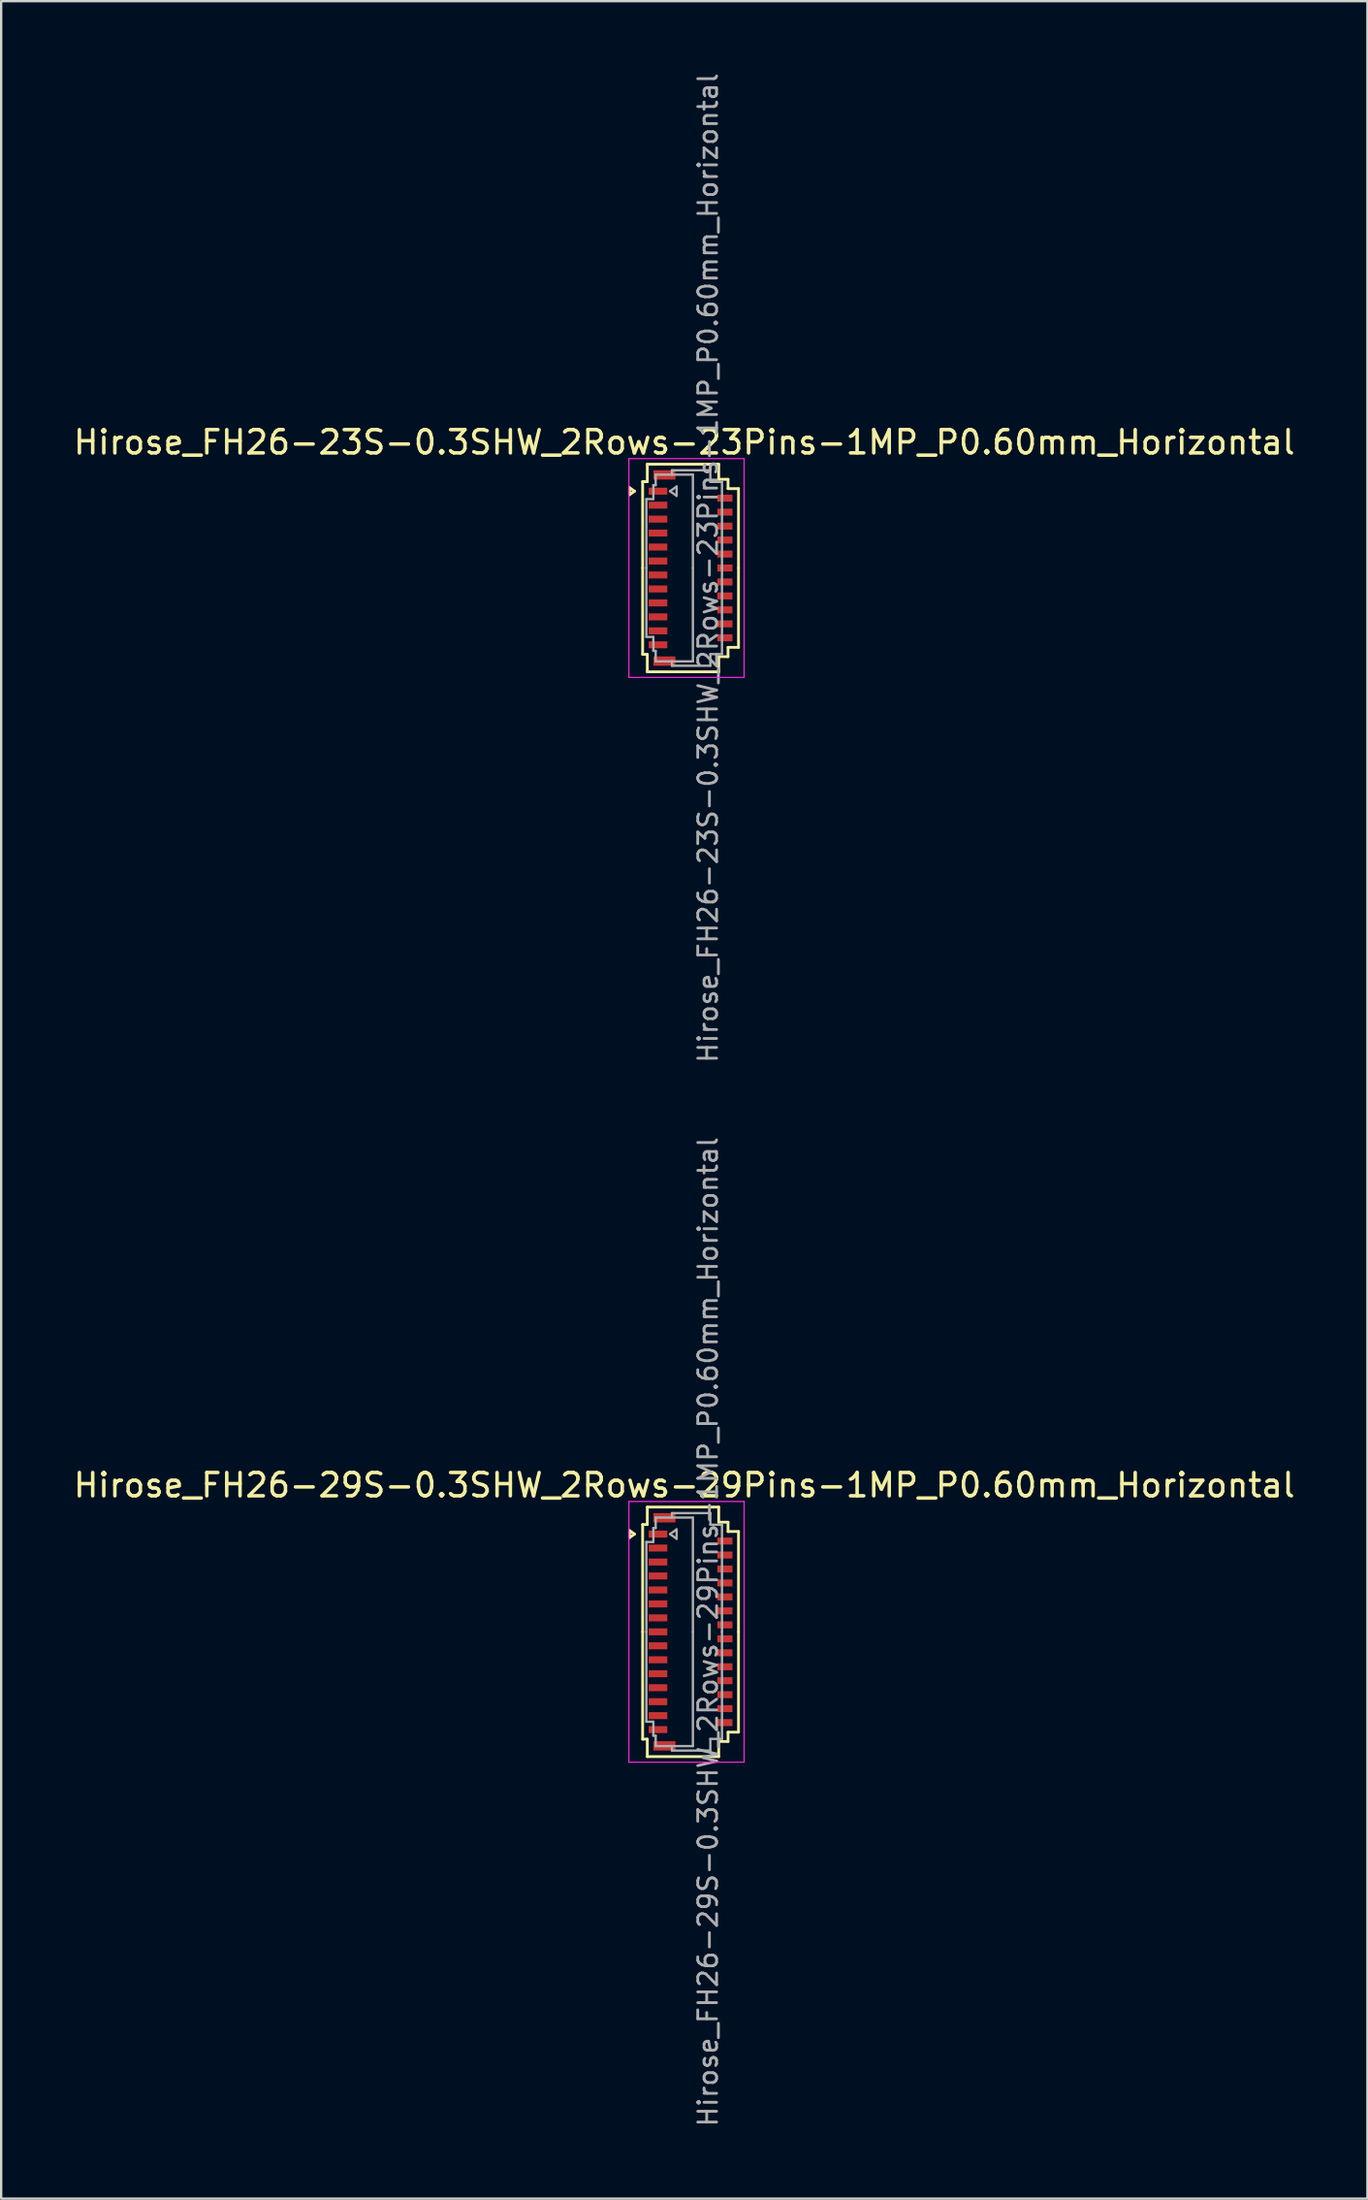
<source format=kicad_pcb>
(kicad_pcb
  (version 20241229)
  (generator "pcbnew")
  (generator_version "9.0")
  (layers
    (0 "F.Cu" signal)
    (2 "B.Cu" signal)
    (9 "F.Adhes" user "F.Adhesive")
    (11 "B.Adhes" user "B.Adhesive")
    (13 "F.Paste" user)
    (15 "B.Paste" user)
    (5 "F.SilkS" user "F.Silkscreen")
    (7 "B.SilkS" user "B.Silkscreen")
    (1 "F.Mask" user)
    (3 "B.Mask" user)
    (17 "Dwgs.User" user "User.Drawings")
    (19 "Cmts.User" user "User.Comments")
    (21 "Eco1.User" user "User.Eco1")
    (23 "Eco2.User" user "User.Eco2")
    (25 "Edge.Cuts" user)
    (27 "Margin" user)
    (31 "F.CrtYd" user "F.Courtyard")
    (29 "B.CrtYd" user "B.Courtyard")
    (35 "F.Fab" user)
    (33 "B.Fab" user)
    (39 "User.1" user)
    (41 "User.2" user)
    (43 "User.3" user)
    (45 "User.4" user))
  (footprint "Hirose_FH26-23S-0.3SHW_2Rows-23Pins-1MP_P0.60mm_Horizontal"
    (layer "F.Cu")
    (at 26.633 21.352)
    (property "Reference" "Hirose_FH26-23S-0.3SHW_2Rows-23Pins-1MP_P0.60mm_Horizontal" (at -0.27 -5.4 0) (layer "F.SilkS") (effects (font (size 1 1) (thickness 0.15))))
    (attr smd)
    (fp_line (start -2.622 -3.45) (end -2.41 -3.3) (stroke (width 0.12) (type solid)) (layer "F.SilkS"))
    (fp_line (start -2.622 -3.15) (end -2.622 -3.45) (stroke (width 0.12) (type solid)) (layer "F.SilkS"))
    (fp_line (start -2.41 -3.3) (end -2.622 -3.15) (stroke (width 0.12) (type solid)) (layer "F.SilkS"))
    (fp_line (start -2.06 -3.71) (end -2.06 0) (stroke (width 0.12) (type solid)) (layer "F.SilkS"))
    (fp_line (start -2.06 3.71) (end -2.06 0) (stroke (width 0.12) (type solid)) (layer "F.SilkS"))
    (fp_line (start -1.86 -4.46) (end -1.86 -3.71) (stroke (width 0.12) (type solid)) (layer "F.SilkS"))
    (fp_line (start -1.86 -3.71) (end -2.06 -3.71) (stroke (width 0.12) (type solid)) (layer "F.SilkS"))
    (fp_line (start -1.86 3.71) (end -2.06 3.71) (stroke (width 0.12) (type solid)) (layer "F.SilkS"))
    (fp_line (start -1.86 4.46) (end -1.86 3.71) (stroke (width 0.12) (type solid)) (layer "F.SilkS"))
    (fp_line (start 1.21 -4.46) (end -1.86 -4.46) (stroke (width 0.12) (type solid)) (layer "F.SilkS"))
    (fp_line (start 1.21 -3.81) (end 1.21 -4.46) (stroke (width 0.12) (type solid)) (layer "F.SilkS"))
    (fp_line (start 1.21 3.81) (end 1.21 4.46) (stroke (width 0.12) (type solid)) (layer "F.SilkS"))
    (fp_line (start 1.21 4.46) (end -1.86 4.46) (stroke (width 0.12) (type solid)) (layer "F.SilkS"))
    (fp_line (start 1.61 -3.81) (end 1.21 -3.81) (stroke (width 0.12) (type solid)) (layer "F.SilkS"))
    (fp_line (start 1.61 -3.41) (end 1.61 -3.81) (stroke (width 0.12) (type solid)) (layer "F.SilkS"))
    (fp_line (start 1.61 3.41) (end 1.61 3.81) (stroke (width 0.12) (type solid)) (layer "F.SilkS"))
    (fp_line (start 1.61 3.81) (end 1.21 3.81) (stroke (width 0.12) (type solid)) (layer "F.SilkS"))
    (fp_line (start 2.06 -3.41) (end 1.61 -3.41) (stroke (width 0.12) (type solid)) (layer "F.SilkS"))
    (fp_line (start 2.06 0) (end 2.06 -3.41) (stroke (width 0.12) (type solid)) (layer "F.SilkS"))
    (fp_line (start 2.06 0) (end 2.06 3.41) (stroke (width 0.12) (type solid)) (layer "F.SilkS"))
    (fp_line (start 2.06 3.41) (end 1.61 3.41) (stroke (width 0.12) (type solid)) (layer "F.SilkS"))
    (fp_line (start -2.65 -4.7) (end -2.65 4.7) (stroke (width 0.05) (type solid)) (layer "F.CrtYd"))
    (fp_line (start -2.65 4.7) (end 2.3 4.7) (stroke (width 0.05) (type solid)) (layer "F.CrtYd"))
    (fp_line (start 2.3 -4.7) (end -2.65 -4.7) (stroke (width 0.05) (type solid)) (layer "F.CrtYd"))
    (fp_line (start 2.3 4.7) (end 2.3 -4.7) (stroke (width 0.05) (type solid)) (layer "F.CrtYd"))
    (fp_line (start -1.9 -2.96) (end -1.6 -2.96) (stroke (width 0.1) (type solid)) (layer "F.Fab"))
    (fp_line (start -1.9 0) (end -1.9 -2.96) (stroke (width 0.1) (type solid)) (layer "F.Fab"))
    (fp_line (start -1.9 0) (end -1.9 2.96) (stroke (width 0.1) (type solid)) (layer "F.Fab"))
    (fp_line (start -1.9 2.96) (end -1.6 2.96) (stroke (width 0.1) (type solid)) (layer "F.Fab"))
    (fp_line (start -1.6 -3.56) (end -1.5 -3.56) (stroke (width 0.1) (type solid)) (layer "F.Fab"))
    (fp_line (start -1.6 -2.96) (end -1.6 -3.56) (stroke (width 0.1) (type solid)) (layer "F.Fab"))
    (fp_line (start -1.6 2.96) (end -1.6 3.56) (stroke (width 0.1) (type solid)) (layer "F.Fab"))
    (fp_line (start -1.6 3.56) (end -1.5 3.56) (stroke (width 0.1) (type solid)) (layer "F.Fab"))
    (fp_line (start -1.5 -4.01) (end -0.8 -4.01) (stroke (width 0.1) (type solid)) (layer "F.Fab"))
    (fp_line (start -1.5 -3.56) (end -1.5 -4.01) (stroke (width 0.1) (type solid)) (layer "F.Fab"))
    (fp_line (start -1.5 3.56) (end -1.5 4.01) (stroke (width 0.1) (type solid)) (layer "F.Fab"))
    (fp_line (start -1.5 4.01) (end -0.8 4.01) (stroke (width 0.1) (type solid)) (layer "F.Fab"))
    (fp_line (start -0.883 -3.3) (end -0.6 -3.1) (stroke (width 0.1) (type solid)) (layer "F.Fab"))
    (fp_line (start -0.8 -4.2) (end 0.85 -4.2) (stroke (width 0.1) (type solid)) (layer "F.Fab"))
    (fp_line (start -0.8 -4.01) (end -0.8 -4.2) (stroke (width 0.1) (type solid)) (layer "F.Fab"))
    (fp_line (start -0.8 4.01) (end -0.8 4.2) (stroke (width 0.1) (type solid)) (layer "F.Fab"))
    (fp_line (start -0.8 4.2) (end 0.85 4.2) (stroke (width 0.1) (type solid)) (layer "F.Fab"))
    (fp_line (start -0.6 -3.5) (end -0.883 -3.3) (stroke (width 0.1) (type solid)) (layer "F.Fab"))
    (fp_line (start -0.6 -3.1) (end -0.6 -3.5) (stroke (width 0.1) (type solid)) (layer "F.Fab"))
    (fp_line (start 0.1 -4.01) (end -0.8 -4.01) (stroke (width 0.1) (type solid)) (layer "F.Fab"))
    (fp_line (start 0.1 0) (end 0.1 -4.01) (stroke (width 0.1) (type solid)) (layer "F.Fab"))
    (fp_line (start 0.1 0) (end 0.1 4.01) (stroke (width 0.1) (type solid)) (layer "F.Fab"))
    (fp_line (start 0.1 4.01) (end -0.8 4.01) (stroke (width 0.1) (type solid)) (layer "F.Fab"))
    (fp_line (start 0.85 -4.2) (end 0.85 -3.7) (stroke (width 0.1) (type solid)) (layer "F.Fab"))
    (fp_line (start 0.85 -3.7) (end 1.35 -3.7) (stroke (width 0.1) (type solid)) (layer "F.Fab"))
    (fp_line (start 0.85 3.7) (end 1.35 3.7) (stroke (width 0.1) (type solid)) (layer "F.Fab"))
    (fp_line (start 0.85 4.2) (end 0.85 3.7) (stroke (width 0.1) (type solid)) (layer "F.Fab"))
    (fp_line (start 1.35 -3.7) (end 1.35 0) (stroke (width 0.1) (type solid)) (layer "F.Fab"))
    (fp_line (start 1.35 3.7) (end 1.35 0) (stroke (width 0.1) (type solid)) (layer "F.Fab"))
    (fp_text user "${REFERENCE}" (at 0.75 0 90) (layer "F.Fab") (effects (font (size 0.81 0.81) (thickness 0.12))))
    (pad "1" smd rect (at -1.4 -3.3) (size 0.8 0.3) (layers "F.Cu" "F.Mask" "F.Paste"))
    (pad "2" smd rect (at 1.475 -3) (size 0.65 0.3) (layers "F.Cu" "F.Mask" "F.Paste"))
    (pad "3" smd rect (at -1.4 -2.7) (size 0.8 0.3) (layers "F.Cu" "F.Mask" "F.Paste"))
    (pad "4" smd rect (at 1.475 -2.4) (size 0.65 0.3) (layers "F.Cu" "F.Mask" "F.Paste"))
    (pad "5" smd rect (at -1.4 -2.1) (size 0.8 0.3) (layers "F.Cu" "F.Mask" "F.Paste"))
    (pad "6" smd rect (at 1.475 -1.8) (size 0.65 0.3) (layers "F.Cu" "F.Mask" "F.Paste"))
    (pad "7" smd rect (at -1.4 -1.5) (size 0.8 0.3) (layers "F.Cu" "F.Mask" "F.Paste"))
    (pad "8" smd rect (at 1.475 -1.2) (size 0.65 0.3) (layers "F.Cu" "F.Mask" "F.Paste"))
    (pad "9" smd rect (at -1.4 -0.9) (size 0.8 0.3) (layers "F.Cu" "F.Mask" "F.Paste"))
    (pad "10" smd rect (at 1.475 -0.6) (size 0.65 0.3) (layers "F.Cu" "F.Mask" "F.Paste"))
    (pad "11" smd rect (at -1.4 -0.3) (size 0.8 0.3) (layers "F.Cu" "F.Mask" "F.Paste"))
    (pad "12" smd rect (at 1.475 0) (size 0.65 0.3) (layers "F.Cu" "F.Mask" "F.Paste"))
    (pad "13" smd rect (at -1.4 0.3) (size 0.8 0.3) (layers "F.Cu" "F.Mask" "F.Paste"))
    (pad "14" smd rect (at 1.475 0.6) (size 0.65 0.3) (layers "F.Cu" "F.Mask" "F.Paste"))
    (pad "15" smd rect (at -1.4 0.9) (size 0.8 0.3) (layers "F.Cu" "F.Mask" "F.Paste"))
    (pad "16" smd rect (at 1.475 1.2) (size 0.65 0.3) (layers "F.Cu" "F.Mask" "F.Paste"))
    (pad "17" smd rect (at -1.4 1.5) (size 0.8 0.3) (layers "F.Cu" "F.Mask" "F.Paste"))
    (pad "18" smd rect (at 1.475 1.8) (size 0.65 0.3) (layers "F.Cu" "F.Mask" "F.Paste"))
    (pad "19" smd rect (at -1.4 2.1) (size 0.8 0.3) (layers "F.Cu" "F.Mask" "F.Paste"))
    (pad "20" smd rect (at 1.475 2.4) (size 0.65 0.3) (layers "F.Cu" "F.Mask" "F.Paste"))
    (pad "21" smd rect (at -1.4 2.7) (size 0.8 0.3) (layers "F.Cu" "F.Mask" "F.Paste"))
    (pad "22" smd rect (at 1.475 3) (size 0.65 0.3) (layers "F.Cu" "F.Mask" "F.Paste"))
    (pad "23" smd rect (at -1.4 3.3) (size 0.8 0.3) (layers "F.Cu" "F.Mask" "F.Paste"))
    (pad "MP" smd rect (at -1.125 -4) (size 0.95 0.4) (layers "F.Cu" "F.Mask" "F.Paste"))
    (pad "MP" smd rect (at -1.125 4) (size 0.95 0.4) (layers "F.Cu" "F.Mask" "F.Paste")))
  (footprint "Hirose_FH26-29S-0.3SHW_2Rows-29Pins-1MP_P0.60mm_Horizontal"
    (layer "F.Cu")
    (at 26.633 67.056)
    (property "Reference" "Hirose_FH26-29S-0.3SHW_2Rows-29Pins-1MP_P0.60mm_Horizontal" (at -0.27 -6.3 0) (layer "F.SilkS") (effects (font (size 1 1) (thickness 0.15))))
    (attr smd)
    (fp_line (start -2.622 -4.35) (end -2.41 -4.2) (stroke (width 0.12) (type solid)) (layer "F.SilkS"))
    (fp_line (start -2.622 -4.05) (end -2.622 -4.35) (stroke (width 0.12) (type solid)) (layer "F.SilkS"))
    (fp_line (start -2.41 -4.2) (end -2.622 -4.05) (stroke (width 0.12) (type solid)) (layer "F.SilkS"))
    (fp_line (start -2.06 -4.61) (end -2.06 0) (stroke (width 0.12) (type solid)) (layer "F.SilkS"))
    (fp_line (start -2.06 4.61) (end -2.06 0) (stroke (width 0.12) (type solid)) (layer "F.SilkS"))
    (fp_line (start -1.86 -5.36) (end -1.86 -4.61) (stroke (width 0.12) (type solid)) (layer "F.SilkS"))
    (fp_line (start -1.86 -4.61) (end -2.06 -4.61) (stroke (width 0.12) (type solid)) (layer "F.SilkS"))
    (fp_line (start -1.86 4.61) (end -2.06 4.61) (stroke (width 0.12) (type solid)) (layer "F.SilkS"))
    (fp_line (start -1.86 5.36) (end -1.86 4.61) (stroke (width 0.12) (type solid)) (layer "F.SilkS"))
    (fp_line (start 1.21 -5.36) (end -1.86 -5.36) (stroke (width 0.12) (type solid)) (layer "F.SilkS"))
    (fp_line (start 1.21 -4.71) (end 1.21 -5.36) (stroke (width 0.12) (type solid)) (layer "F.SilkS"))
    (fp_line (start 1.21 4.71) (end 1.21 5.36) (stroke (width 0.12) (type solid)) (layer "F.SilkS"))
    (fp_line (start 1.21 5.36) (end -1.86 5.36) (stroke (width 0.12) (type solid)) (layer "F.SilkS"))
    (fp_line (start 1.61 -4.71) (end 1.21 -4.71) (stroke (width 0.12) (type solid)) (layer "F.SilkS"))
    (fp_line (start 1.61 -4.31) (end 1.61 -4.71) (stroke (width 0.12) (type solid)) (layer "F.SilkS"))
    (fp_line (start 1.61 4.31) (end 1.61 4.71) (stroke (width 0.12) (type solid)) (layer "F.SilkS"))
    (fp_line (start 1.61 4.71) (end 1.21 4.71) (stroke (width 0.12) (type solid)) (layer "F.SilkS"))
    (fp_line (start 2.06 -4.31) (end 1.61 -4.31) (stroke (width 0.12) (type solid)) (layer "F.SilkS"))
    (fp_line (start 2.06 0) (end 2.06 -4.31) (stroke (width 0.12) (type solid)) (layer "F.SilkS"))
    (fp_line (start 2.06 0) (end 2.06 4.31) (stroke (width 0.12) (type solid)) (layer "F.SilkS"))
    (fp_line (start 2.06 4.31) (end 1.61 4.31) (stroke (width 0.12) (type solid)) (layer "F.SilkS"))
    (fp_line (start -2.65 -5.6) (end -2.65 5.6) (stroke (width 0.05) (type solid)) (layer "F.CrtYd"))
    (fp_line (start -2.65 5.6) (end 2.3 5.6) (stroke (width 0.05) (type solid)) (layer "F.CrtYd"))
    (fp_line (start 2.3 -5.6) (end -2.65 -5.6) (stroke (width 0.05) (type solid)) (layer "F.CrtYd"))
    (fp_line (start 2.3 5.6) (end 2.3 -5.6) (stroke (width 0.05) (type solid)) (layer "F.CrtYd"))
    (fp_line (start -1.9 -3.86) (end -1.6 -3.86) (stroke (width 0.1) (type solid)) (layer "F.Fab"))
    (fp_line (start -1.9 0) (end -1.9 -3.86) (stroke (width 0.1) (type solid)) (layer "F.Fab"))
    (fp_line (start -1.9 0) (end -1.9 3.86) (stroke (width 0.1) (type solid)) (layer "F.Fab"))
    (fp_line (start -1.9 3.86) (end -1.6 3.86) (stroke (width 0.1) (type solid)) (layer "F.Fab"))
    (fp_line (start -1.6 -4.46) (end -1.5 -4.46) (stroke (width 0.1) (type solid)) (layer "F.Fab"))
    (fp_line (start -1.6 -3.86) (end -1.6 -4.46) (stroke (width 0.1) (type solid)) (layer "F.Fab"))
    (fp_line (start -1.6 3.86) (end -1.6 4.46) (stroke (width 0.1) (type solid)) (layer "F.Fab"))
    (fp_line (start -1.6 4.46) (end -1.5 4.46) (stroke (width 0.1) (type solid)) (layer "F.Fab"))
    (fp_line (start -1.5 -4.91) (end -0.8 -4.91) (stroke (width 0.1) (type solid)) (layer "F.Fab"))
    (fp_line (start -1.5 -4.46) (end -1.5 -4.91) (stroke (width 0.1) (type solid)) (layer "F.Fab"))
    (fp_line (start -1.5 4.46) (end -1.5 4.91) (stroke (width 0.1) (type solid)) (layer "F.Fab"))
    (fp_line (start -1.5 4.91) (end -0.8 4.91) (stroke (width 0.1) (type solid)) (layer "F.Fab"))
    (fp_line (start -0.883 -4.2) (end -0.6 -4) (stroke (width 0.1) (type solid)) (layer "F.Fab"))
    (fp_line (start -0.8 -5.1) (end 0.85 -5.1) (stroke (width 0.1) (type solid)) (layer "F.Fab"))
    (fp_line (start -0.8 -4.91) (end -0.8 -5.1) (stroke (width 0.1) (type solid)) (layer "F.Fab"))
    (fp_line (start -0.8 4.91) (end -0.8 5.1) (stroke (width 0.1) (type solid)) (layer "F.Fab"))
    (fp_line (start -0.8 5.1) (end 0.85 5.1) (stroke (width 0.1) (type solid)) (layer "F.Fab"))
    (fp_line (start -0.6 -4.4) (end -0.883 -4.2) (stroke (width 0.1) (type solid)) (layer "F.Fab"))
    (fp_line (start -0.6 -4) (end -0.6 -4.4) (stroke (width 0.1) (type solid)) (layer "F.Fab"))
    (fp_line (start 0.1 -4.91) (end -0.8 -4.91) (stroke (width 0.1) (type solid)) (layer "F.Fab"))
    (fp_line (start 0.1 0) (end 0.1 -4.91) (stroke (width 0.1) (type solid)) (layer "F.Fab"))
    (fp_line (start 0.1 0) (end 0.1 4.91) (stroke (width 0.1) (type solid)) (layer "F.Fab"))
    (fp_line (start 0.1 4.91) (end -0.8 4.91) (stroke (width 0.1) (type solid)) (layer "F.Fab"))
    (fp_line (start 0.85 -5.1) (end 0.85 -4.6) (stroke (width 0.1) (type solid)) (layer "F.Fab"))
    (fp_line (start 0.85 -4.6) (end 1.35 -4.6) (stroke (width 0.1) (type solid)) (layer "F.Fab"))
    (fp_line (start 0.85 4.6) (end 1.35 4.6) (stroke (width 0.1) (type solid)) (layer "F.Fab"))
    (fp_line (start 0.85 5.1) (end 0.85 4.6) (stroke (width 0.1) (type solid)) (layer "F.Fab"))
    (fp_line (start 1.35 -4.6) (end 1.35 0) (stroke (width 0.1) (type solid)) (layer "F.Fab"))
    (fp_line (start 1.35 4.6) (end 1.35 0) (stroke (width 0.1) (type solid)) (layer "F.Fab"))
    (fp_text user "${REFERENCE}" (at 0.75 0 90) (layer "F.Fab") (effects (font (size 0.81 0.81) (thickness 0.12))))
    (pad "1" smd rect (at -1.4 -4.2) (size 0.8 0.3) (layers "F.Cu" "F.Mask" "F.Paste"))
    (pad "2" smd rect (at 1.475 -3.9) (size 0.65 0.3) (layers "F.Cu" "F.Mask" "F.Paste"))
    (pad "3" smd rect (at -1.4 -3.6) (size 0.8 0.3) (layers "F.Cu" "F.Mask" "F.Paste"))
    (pad "4" smd rect (at 1.475 -3.3) (size 0.65 0.3) (layers "F.Cu" "F.Mask" "F.Paste"))
    (pad "5" smd rect (at -1.4 -3) (size 0.8 0.3) (layers "F.Cu" "F.Mask" "F.Paste"))
    (pad "6" smd rect (at 1.475 -2.7) (size 0.65 0.3) (layers "F.Cu" "F.Mask" "F.Paste"))
    (pad "7" smd rect (at -1.4 -2.4) (size 0.8 0.3) (layers "F.Cu" "F.Mask" "F.Paste"))
    (pad "8" smd rect (at 1.475 -2.1) (size 0.65 0.3) (layers "F.Cu" "F.Mask" "F.Paste"))
    (pad "9" smd rect (at -1.4 -1.8) (size 0.8 0.3) (layers "F.Cu" "F.Mask" "F.Paste"))
    (pad "10" smd rect (at 1.475 -1.5) (size 0.65 0.3) (layers "F.Cu" "F.Mask" "F.Paste"))
    (pad "11" smd rect (at -1.4 -1.2) (size 0.8 0.3) (layers "F.Cu" "F.Mask" "F.Paste"))
    (pad "12" smd rect (at 1.475 -0.9) (size 0.65 0.3) (layers "F.Cu" "F.Mask" "F.Paste"))
    (pad "13" smd rect (at -1.4 -0.6) (size 0.8 0.3) (layers "F.Cu" "F.Mask" "F.Paste"))
    (pad "14" smd rect (at 1.475 -0.3) (size 0.65 0.3) (layers "F.Cu" "F.Mask" "F.Paste"))
    (pad "15" smd rect (at -1.4 0) (size 0.8 0.3) (layers "F.Cu" "F.Mask" "F.Paste"))
    (pad "16" smd rect (at 1.475 0.3) (size 0.65 0.3) (layers "F.Cu" "F.Mask" "F.Paste"))
    (pad "17" smd rect (at -1.4 0.6) (size 0.8 0.3) (layers "F.Cu" "F.Mask" "F.Paste"))
    (pad "18" smd rect (at 1.475 0.9) (size 0.65 0.3) (layers "F.Cu" "F.Mask" "F.Paste"))
    (pad "19" smd rect (at -1.4 1.2) (size 0.8 0.3) (layers "F.Cu" "F.Mask" "F.Paste"))
    (pad "20" smd rect (at 1.475 1.5) (size 0.65 0.3) (layers "F.Cu" "F.Mask" "F.Paste"))
    (pad "21" smd rect (at -1.4 1.8) (size 0.8 0.3) (layers "F.Cu" "F.Mask" "F.Paste"))
    (pad "22" smd rect (at 1.475 2.1) (size 0.65 0.3) (layers "F.Cu" "F.Mask" "F.Paste"))
    (pad "23" smd rect (at -1.4 2.4) (size 0.8 0.3) (layers "F.Cu" "F.Mask" "F.Paste"))
    (pad "24" smd rect (at 1.475 2.7) (size 0.65 0.3) (layers "F.Cu" "F.Mask" "F.Paste"))
    (pad "25" smd rect (at -1.4 3) (size 0.8 0.3) (layers "F.Cu" "F.Mask" "F.Paste"))
    (pad "26" smd rect (at 1.475 3.3) (size 0.65 0.3) (layers "F.Cu" "F.Mask" "F.Paste"))
    (pad "27" smd rect (at -1.4 3.6) (size 0.8 0.3) (layers "F.Cu" "F.Mask" "F.Paste"))
    (pad "28" smd rect (at 1.475 3.9) (size 0.65 0.3) (layers "F.Cu" "F.Mask" "F.Paste"))
    (pad "29" smd rect (at -1.4 4.2) (size 0.8 0.3) (layers "F.Cu" "F.Mask" "F.Paste"))
    (pad "MP" smd rect (at -1.125 -4.9) (size 0.95 0.4) (layers "F.Cu" "F.Mask" "F.Paste"))
    (pad "MP" smd rect (at -1.125 4.9) (size 0.95 0.4) (layers "F.Cu" "F.Mask" "F.Paste")))
  (gr_rect
    (start -3 -3)
    (end 55.726 91.407)
    (stroke (width 0.1) (type default))
    (fill no)
    (layer "Edge.Cuts")))
</source>
